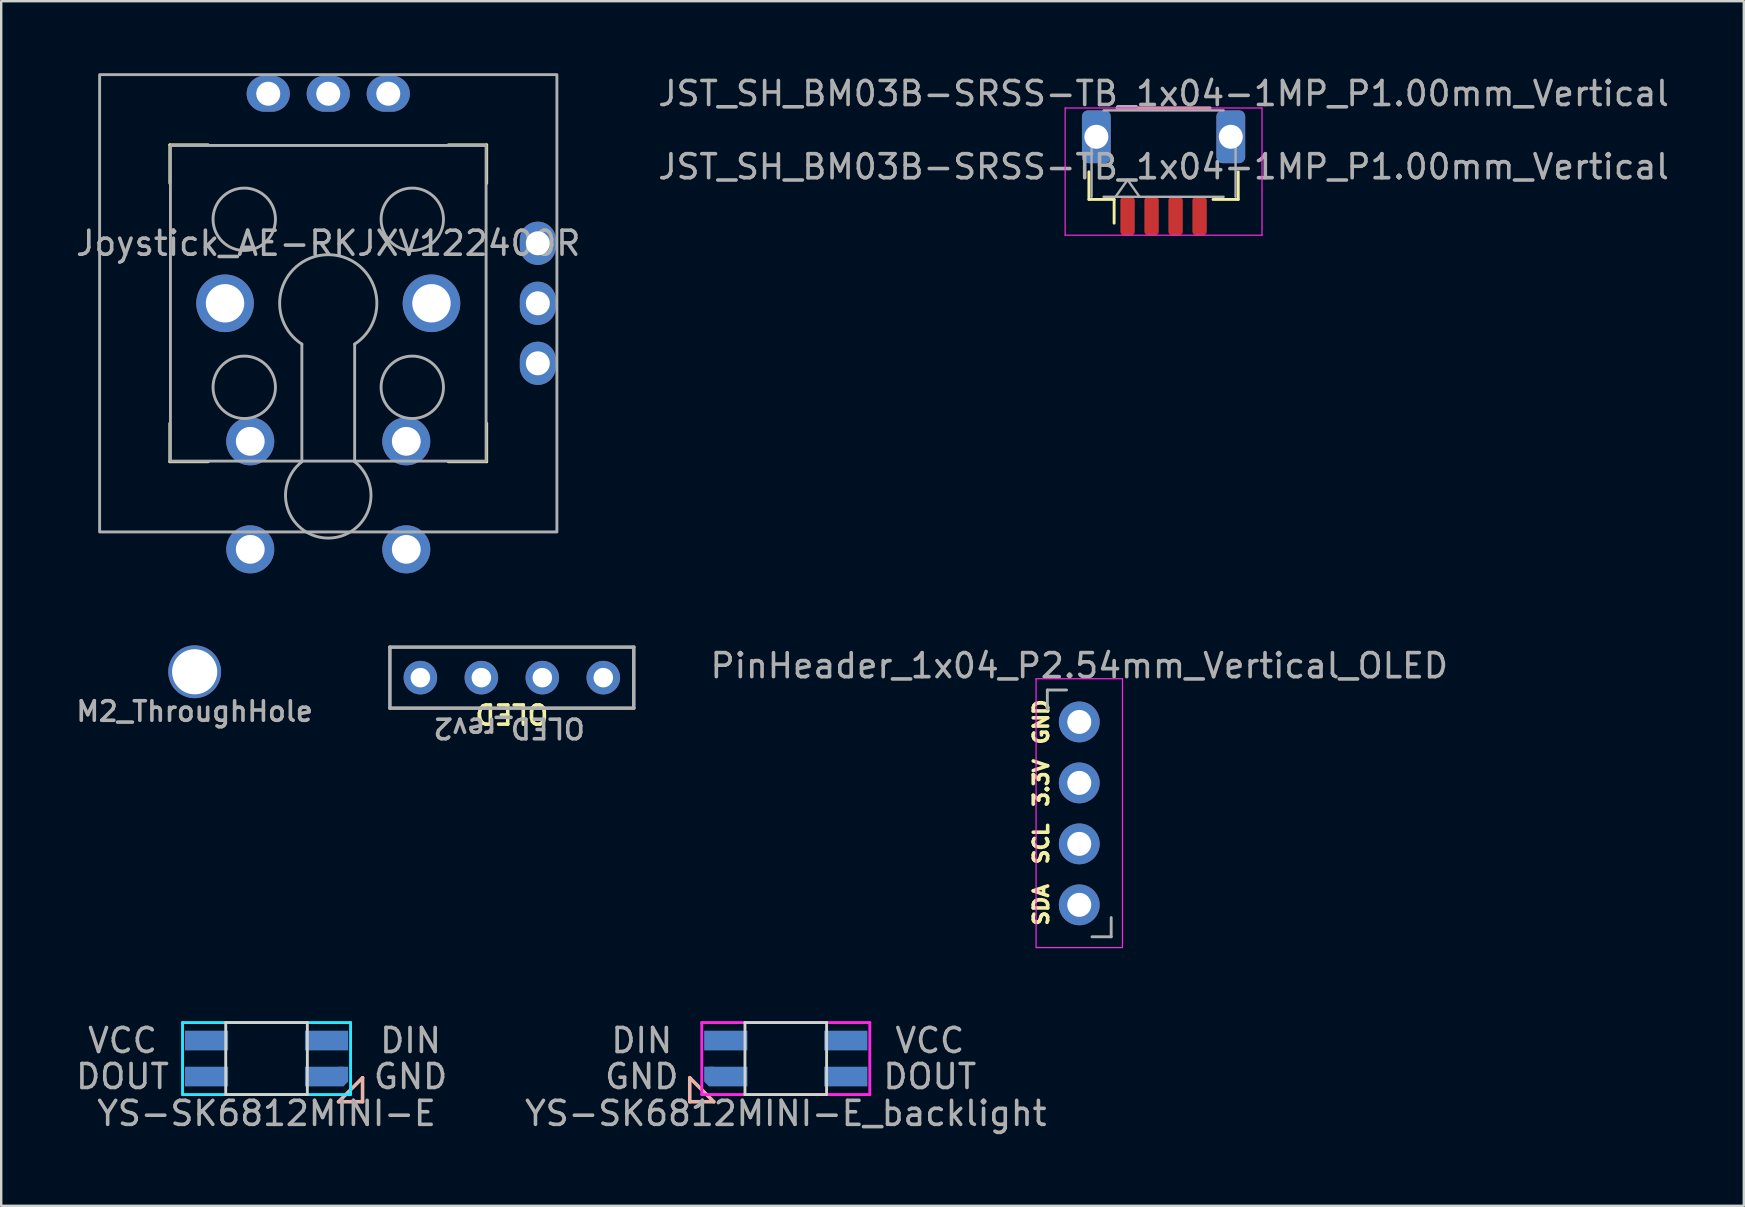
<source format=kicad_pcb>
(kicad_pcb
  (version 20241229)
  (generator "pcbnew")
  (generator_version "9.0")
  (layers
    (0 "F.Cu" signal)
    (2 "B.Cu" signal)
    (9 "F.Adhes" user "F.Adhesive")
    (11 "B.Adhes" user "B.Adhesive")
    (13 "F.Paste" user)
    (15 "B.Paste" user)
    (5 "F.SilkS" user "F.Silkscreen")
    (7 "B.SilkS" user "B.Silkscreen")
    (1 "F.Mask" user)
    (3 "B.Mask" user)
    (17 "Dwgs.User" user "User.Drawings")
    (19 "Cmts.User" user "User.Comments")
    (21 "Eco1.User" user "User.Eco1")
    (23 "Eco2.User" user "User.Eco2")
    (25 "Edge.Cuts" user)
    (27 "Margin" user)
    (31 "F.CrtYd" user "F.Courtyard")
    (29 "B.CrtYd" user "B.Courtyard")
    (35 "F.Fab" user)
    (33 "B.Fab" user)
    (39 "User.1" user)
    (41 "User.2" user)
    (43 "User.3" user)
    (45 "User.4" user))
  (footprint "YS-SK6812MINI-E_backlight"
    (layer "F.Cu")
    (at 29.685 41.048)
    (property "Reference" "YS-SK6812MINI-E_backlight" (at 0 2.286 0) (layer "F.Fab") (effects (font (size 1 1) (thickness 0.15))))
    (attr through_hole)
    (fp_line (start -4 0.8) (end -4 1.8) (stroke (width 0.15) (type solid)) (layer "B.SilkS"))
    (fp_line (start -4 1.8) (end -3 1.8) (stroke (width 0.15) (type solid)) (layer "B.SilkS"))
    (fp_line (start -3 1.8) (end -4 0.8) (stroke (width 0.15) (type solid)) (layer "B.SilkS"))
    (fp_line (start -1.7 -1.5) (end -1.7 1.5) (stroke (width 0.12) (type solid)) (layer "Edge.Cuts"))
    (fp_line (start -1.7 1.5) (end 1.7 1.5) (stroke (width 0.12) (type solid)) (layer "Edge.Cuts"))
    (fp_line (start 1.7 -1.5) (end -1.7 -1.5) (stroke (width 0.12) (type solid)) (layer "Edge.Cuts"))
    (fp_line (start 1.7 1.5) (end 1.7 -1.5) (stroke (width 0.12) (type solid)) (layer "Edge.Cuts"))
    (fp_line (start -3.5 -1.5) (end -3.5 1.5) (stroke (width 0.12) (type solid)) (layer "F.CrtYd"))
    (fp_line (start -3.5 1.5) (end 3.5 1.5) (stroke (width 0.12) (type solid)) (layer "F.CrtYd"))
    (fp_line (start 3.5 -1.5) (end -3.5 -1.5) (stroke (width 0.12) (type solid)) (layer "F.CrtYd"))
    (fp_line (start 3.5 1.5) (end 3.5 -1.5) (stroke (width 0.12) (type solid)) (layer "F.CrtYd"))
    (fp_text user "GND" (at -6 0.75 0) (layer "F.Fab") (effects (font (size 1 1) (thickness 0.15))))
    (fp_text user "DIN" (at -6 -0.75 0) (layer "F.Fab") (effects (font (size 1 1) (thickness 0.15))))
    (fp_text user "DOUT" (at 6 0.75 0) (layer "F.Fab") (effects (font (size 1 1) (thickness 0.15))))
    (fp_text user "VCC" (at 6 -0.75 0) (layer "F.Fab") (effects (font (size 1 1) (thickness 0.15))))
    (pad "1" smd rect (at 2.5 -0.75 180) (size 1.8 0.82) (layers "B.Cu" "B.Mask" "B.Paste"))
    (pad "2" smd rect (at 2.5 0.75 180) (size 1.8 0.82) (layers "B.Cu" "B.Mask" "B.Paste"))
    (pad "3" smd rect (at -3.2 0.65 180) (size 0.4 0.62) (layers "B.Cu" "B.Mask" "B.Paste"))
    (pad "3" smd rect (at -3.2 0.96 225) (size 0.283 0.283) (layers "B.Cu" "B.Mask" "B.Paste"))
    (pad "3" smd rect (at -2.4 0.75 180) (size 1.6 0.82) (layers "B.Cu" "B.Mask" "B.Paste"))
    (pad "4" smd rect (at -2.5 -0.75 180) (size 1.8 0.82) (layers "B.Cu" "B.Mask" "B.Paste")))
  (footprint "M2_ThroughHole"
    (layer "F.Cu")
    (at 5.059 24.935)
    (property "Reference" "M2_ThroughHole" (at 0 1.651 180) (layer "F.Fab") (effects (font (size 0.813 0.813) (thickness 0.15))))
    (pad "" thru_hole circle (at 0 0) (size 2.2 2.2) (drill 1.88) (layers "*.Cu" "*.Mask")))
  (footprint "PinHeader_1x04_P2.54mm_Vertical_OLED"
    (layer "F.Cu")
    (at 41.911 30.835)
    (property "Reference" "PinHeader_1x04_P2.54mm_Vertical_OLED" (at 0 -6.152 0) (layer "F.Fab") (effects (font (size 1 1) (thickness 0.15))))
    (fp_line (start -1.8 -5.61) (end -1.8 5.59) (stroke (width 0.05) (type solid)) (layer "F.CrtYd"))
    (fp_line (start -1.8 5.59) (end 1.8 5.59) (stroke (width 0.05) (type solid)) (layer "F.CrtYd"))
    (fp_line (start 1.8 -5.61) (end -1.8 -5.61) (stroke (width 0.05) (type solid)) (layer "F.CrtYd"))
    (fp_line (start 1.8 5.59) (end 1.8 -5.61) (stroke (width 0.05) (type solid)) (layer "F.CrtYd"))
    (fp_line (start -1.33 -5.14) (end -0.53 -5.14) (stroke (width 0.12) (type solid)) (layer "F.Fab"))
    (fp_line (start -1.33 -4.34) (end -1.33 -5.14) (stroke (width 0.12) (type solid)) (layer "F.Fab"))
    (fp_line (start 1.33 4.34) (end 1.33 5.14) (stroke (width 0.12) (type solid)) (layer "F.Fab"))
    (fp_line (start 1.33 5.14) (end 0.53 5.14) (stroke (width 0.12) (type solid)) (layer "F.Fab"))
    (fp_text user "SCL" (at -1.587 1.27 270) (layer "F.SilkS") (effects (font (size 0.6 0.6) (thickness 0.15))))
    (fp_text user "SDA" (at -1.587 3.81 270) (layer "F.SilkS") (effects (font (size 0.6 0.6) (thickness 0.15))))
    (fp_text user "3.3V" (at -1.587 -1.27 270) (layer "F.SilkS") (effects (font (size 0.6 0.6) (thickness 0.15))))
    (fp_text user "GND" (at -1.587 -3.81 270) (layer "F.SilkS") (effects (font (size 0.6 0.6) (thickness 0.15))))
    (pad "1" thru_hole circle (at 0 -3.81) (size 1.7 1.7) (drill 1) (layers "*.Cu" "*.Mask"))
    (pad "2" thru_hole oval (at 0 -1.27) (size 1.7 1.7) (drill 1) (layers "*.Cu" "*.Mask"))
    (pad "3" thru_hole oval (at 0 1.27) (size 1.7 1.7) (drill 1) (layers "*.Cu" "*.Mask"))
    (pad "4" thru_hole oval (at 0 3.81) (size 1.7 1.7) (drill 1) (layers "*.Cu" "*.Mask")))
  (footprint "Joystick_AE-RKJXV122400R"
    (layer "F.Cu")
    (at 10.625 9.585)
    (property "Reference" "Joystick_AE-RKJXV122400R" (at 0 -2.5 0) (layer "F.Fab") (effects (font (size 1 1) (thickness 0.15))))
    (attr board_only exclude_from_pos_files)
    (fp_line (start -6.6 -6.6) (end -6.6 -5) (stroke (width 0.12) (type solid)) (layer "F.SilkS"))
    (fp_line (start -6.6 -6.6) (end -5 -6.6) (stroke (width 0.12) (type solid)) (layer "F.SilkS"))
    (fp_line (start -6.6 6.6) (end -6.6 5) (stroke (width 0.12) (type solid)) (layer "F.SilkS"))
    (fp_line (start -6.6 6.6) (end -5 6.6) (stroke (width 0.12) (type solid)) (layer "F.SilkS"))
    (fp_line (start 6.6 -6.6) (end 5 -6.6) (stroke (width 0.12) (type solid)) (layer "F.SilkS"))
    (fp_line (start 6.6 -6.6) (end 6.6 -5) (stroke (width 0.12) (type solid)) (layer "F.SilkS"))
    (fp_line (start 6.6 6.6) (end 5 6.6) (stroke (width 0.12) (type solid)) (layer "F.SilkS"))
    (fp_line (start 6.6 6.6) (end 6.6 5) (stroke (width 0.12) (type solid)) (layer "F.SilkS"))
    (fp_line (start -1.1 1.7) (end -1.1 6.6) (stroke (width 0.12) (type solid)) (layer "F.Fab"))
    (fp_line (start 1.1 1.7) (end 1.1 6.6) (stroke (width 0.12) (type solid)) (layer "F.Fab"))
    (fp_rect (start -9.525 -9.525) (end 9.525 9.525) (stroke (width 0.12) (type solid)) (fill no) (layer "F.Fab"))
    (fp_rect (start -6.575 -6.575) (end 6.575 6.575) (stroke (width 0.12) (type solid)) (fill no) (layer "F.Fab"))
    (fp_arc (start -1.1 1.699999) (mid 0.000003 -2.025471) (end 1.099999 1.700001) (stroke (width 0.12) (type solid)) (layer "F.Fab"))
    (fp_arc (start 1.099999 6.6) (mid 0 9.781097) (end -1.1 6.6) (stroke (width 0.12) (type solid)) (layer "F.Fab"))
    (fp_circle (center -3.5 -3.5) (end -2.2 -3.5) (stroke (width 0.12) (type solid)) (fill no) (layer "F.Fab"))
    (fp_circle (center -3.5 3.5) (end -2.2 3.5) (stroke (width 0.12) (type solid)) (fill no) (layer "F.Fab"))
    (fp_circle (center 3.5 -3.5) (end 4.8 -3.5) (stroke (width 0.12) (type solid)) (fill no) (layer "F.Fab"))
    (fp_circle (center 3.5 3.5) (end 4.8 3.5) (stroke (width 0.12) (type solid)) (fill no) (layer "F.Fab"))
    (pad "" np_thru_hole circle (at -4.3 0) (size 2.4 2.4) (drill 1.6) (layers "*.Cu" "*.Mask"))
    (pad "" np_thru_hole circle (at 4.3 0) (size 2.4 2.4) (drill 1.6) (layers "*.Cu" "*.Mask"))
    (pad "1" thru_hole oval (at -2.5 -8.73 90) (size 1.5 1.8) (drill 1) (layers "*.Cu" "*.Mask"))
    (pad "2" thru_hole oval (at 0 -8.73 90) (size 1.5 1.8) (drill 1) (layers "*.Cu" "*.Mask"))
    (pad "3" thru_hole oval (at 2.5 -8.73 90) (size 1.5 1.8) (drill 1) (layers "*.Cu" "*.Mask"))
    (pad "4" thru_hole oval (at 8.73 -2.5) (size 1.5 1.8) (drill 1) (layers "*.Cu" "*.Mask"))
    (pad "5" thru_hole oval (at 8.73 0) (size 1.5 1.8) (drill 1) (layers "*.Cu" "*.Mask"))
    (pad "6" thru_hole oval (at 8.73 2.5) (size 1.5 1.8) (drill 1) (layers "*.Cu" "*.Mask"))
    (pad "SW1" thru_hole circle (at -3.25 5.75) (size 2 2) (drill 1.2) (layers "*.Cu" "*.Mask"))
    (pad "SW1" thru_hole circle (at -3.25 10.25) (size 2 2) (drill 1.2) (layers "*.Cu" "*.Mask"))
    (pad "SW2" thru_hole circle (at 3.25 5.75) (size 2 2) (drill 1.2) (layers "*.Cu" "*.Mask"))
    (pad "SW2" thru_hole circle (at 3.25 10.25) (size 2 2) (drill 1.2) (layers "*.Cu" "*.Mask")))
  (footprint "JST_SH_BM03B-SRSS-TB_1x04-1MP_P1.00mm_Vertical"
    (layer "F.Cu")
    (at 45.423 4.148)
    (property "Reference" "JST_SH_BM03B-SRSS-TB_1x04-1MP_P1.00mm_Vertical" (at 0 -3.3 0) (layer "F.Fab") (effects (font (size 1 1) (thickness 0.15))))
    (attr smd)
    (fp_line (start -3.11 -0.04) (end -3.11 1.11) (stroke (width 0.12) (type solid)) (layer "F.SilkS"))
    (fp_line (start -3.11 1.11) (end -2.06 1.11) (stroke (width 0.12) (type solid)) (layer "F.SilkS"))
    (fp_line (start -2.06 1.11) (end -2.06 2.1) (stroke (width 0.12) (type solid)) (layer "F.SilkS"))
    (fp_line (start -1.94 -2.7) (end 1.94 -2.7) (stroke (width 0.12) (type solid)) (layer "F.SilkS"))
    (fp_line (start 3.11 -0.04) (end 3.11 1.11) (stroke (width 0.12) (type solid)) (layer "F.SilkS"))
    (fp_line (start 3.11 1.11) (end 2.06 1.11) (stroke (width 0.12) (type solid)) (layer "F.SilkS"))
    (fp_line (start -4.1 -2.7) (end -4.1 2.6) (stroke (width 0.05) (type solid)) (layer "F.CrtYd"))
    (fp_line (start -4.1 2.6) (end 4.1 2.6) (stroke (width 0.05) (type solid)) (layer "F.CrtYd"))
    (fp_line (start 4.1 -2.7) (end -4.1 -2.7) (stroke (width 0.05) (type solid)) (layer "F.CrtYd"))
    (fp_line (start 4.1 2.6) (end 4.1 -2.7) (stroke (width 0.05) (type solid)) (layer "F.CrtYd"))
    (fp_line (start -3 1) (end -3 -1.9) (stroke (width 0.1) (type solid)) (layer "F.Fab"))
    (fp_line (start -2.5 -2.6) (end 2.5 -2.6) (stroke (width 0.1) (type solid)) (layer "F.Fab"))
    (fp_line (start -2.5 1) (end 2.5 1) (stroke (width 0.1) (type solid)) (layer "F.Fab"))
    (fp_line (start -2 1) (end -1.5 0.293) (stroke (width 0.1) (type solid)) (layer "F.Fab"))
    (fp_line (start -1.5 0.293) (end -1 1) (stroke (width 0.1) (type solid)) (layer "F.Fab"))
    (fp_line (start 3 1) (end 3 -1.9) (stroke (width 0.1) (type solid)) (layer "F.Fab"))
    (fp_text user "${REFERENCE}" (at 0 -0.25 0) (layer "F.Fab") (effects (font (size 1 1) (thickness 0.15))))
    (pad "1" smd roundrect (at -1.5 1.8) (size 0.6 1.6) (layers "F.Cu" "F.Mask" "F.Paste") (roundrect_rratio 0.25))
    (pad "2" smd roundrect (at -0.5 1.8) (size 0.6 1.6) (layers "F.Cu" "F.Mask" "F.Paste") (roundrect_rratio 0.25))
    (pad "3" smd roundrect (at 0.5 1.8) (size 0.6 1.6) (layers "F.Cu" "F.Mask" "F.Paste") (roundrect_rratio 0.25))
    (pad "4" smd roundrect (at 1.5 1.8) (size 0.6 1.6) (layers "F.Cu" "F.Mask" "F.Paste") (roundrect_rratio 0.25))
    (pad "MP" thru_hole roundrect (at -2.8 -1.5) (size 1.2 2.2) (drill 1) (layers "*.Cu" "*.Mask") (roundrect_rratio 0.208))
    (pad "MP" thru_hole roundrect (at 2.8 -1.5) (size 1.2 2.2) (drill 1) (layers "*.Cu" "*.Mask") (roundrect_rratio 0.208)))
  (footprint "YS-SK6812MINI-E"
    (layer "F.Cu")
    (at 8.054 41.048)
    (property "Reference" "YS-SK6812MINI-E" (at 0 2.286 0) (layer "F.Fab") (effects (font (size 1 1) (thickness 0.15))))
    (attr through_hole)
    (fp_line (start 3 1.8) (end 4 0.8) (stroke (width 0.15) (type solid)) (layer "B.SilkS"))
    (fp_line (start 4 0.8) (end 4 1.8) (stroke (width 0.15) (type solid)) (layer "B.SilkS"))
    (fp_line (start 4 1.8) (end 3 1.8) (stroke (width 0.15) (type solid)) (layer "B.SilkS"))
    (fp_line (start -1.7 -1.5) (end 1.7 -1.5) (stroke (width 0.12) (type solid)) (layer "Edge.Cuts"))
    (fp_line (start -1.7 1.5) (end -1.7 -1.5) (stroke (width 0.12) (type solid)) (layer "Edge.Cuts"))
    (fp_line (start 1.7 -1.5) (end 1.7 1.5) (stroke (width 0.12) (type solid)) (layer "Edge.Cuts"))
    (fp_line (start 1.7 1.5) (end -1.7 1.5) (stroke (width 0.12) (type solid)) (layer "Edge.Cuts"))
    (fp_line (start -3.5 -1.5) (end 3.5 -1.5) (stroke (width 0.12) (type solid)) (layer "B.CrtYd"))
    (fp_line (start -3.5 1.5) (end -3.5 -1.5) (stroke (width 0.12) (type solid)) (layer "B.CrtYd"))
    (fp_line (start 3.5 -1.5) (end 3.5 1.5) (stroke (width 0.12) (type solid)) (layer "B.CrtYd"))
    (fp_line (start 3.5 1.5) (end -3.5 1.5) (stroke (width 0.12) (type solid)) (layer "B.CrtYd"))
    (fp_text user "DIN" (at 6 -0.75 0) (layer "F.Fab") (effects (font (size 1 1) (thickness 0.15))))
    (fp_text user "DOUT" (at -6 0.75 0) (layer "F.Fab") (effects (font (size 1 1) (thickness 0.15))))
    (fp_text user "GND" (at 6 0.75 0) (layer "F.Fab") (effects (font (size 1 1) (thickness 0.15))))
    (fp_text user "VCC" (at -6 -0.75 0) (layer "F.Fab") (effects (font (size 1 1) (thickness 0.15))))
    (pad "1" smd rect (at -2.5 -0.75 180) (size 1.8 0.82) (layers "B.Cu" "B.Mask" "B.Paste"))
    (pad "2" smd rect (at -2.5 0.75 180) (size 1.8 0.82) (layers "B.Cu" "B.Mask" "B.Paste"))
    (pad "3" smd rect (at 2.4 0.75 180) (size 1.6 0.82) (layers "B.Cu" "B.Mask" "B.Paste"))
    (pad "3" smd rect (at 3.2 0.65 180) (size 0.4 0.62) (layers "B.Cu" "B.Mask" "B.Paste"))
    (pad "3" smd rect (at 3.2 0.96 135) (size 0.283 0.283) (layers "B.Cu" "B.Mask" "B.Paste"))
    (pad "4" smd rect (at 2.5 -0.75 180) (size 1.8 0.82) (layers "B.Cu" "B.Mask" "B.Paste")))
  (footprint "OLED_rev2"
    (layer "F.Cu")
    (at 18.273 25.18)
    (property "Reference" "OLED_rev2" (at -0.11 2.1 180) (unlocked yes) (layer "F.Fab") (effects (font (size 0.813 0.813) (thickness 0.15))))
    (attr through_hole)
    (fp_line (start -5.08 -1.27) (end 5.08 -1.27) (stroke (width 0.15) (type solid)) (layer "F.Fab"))
    (fp_line (start -5.08 1.27) (end -5.08 -1.27) (stroke (width 0.15) (type solid)) (layer "F.Fab"))
    (fp_line (start -5.08 1.27) (end 5.08 1.27) (stroke (width 0.15) (type solid)) (layer "F.Fab"))
    (fp_line (start 5.08 -1.27) (end 5.08 1.27) (stroke (width 0.15) (type solid)) (layer "F.Fab"))
    (fp_text user "OLED" (at 0 1.5 180) (unlocked yes) (layer "F.SilkS") (effects (font (size 0.8 0.8) (thickness 0.15))))
    (pad "1" thru_hole circle (at -3.81 0) (size 1.397 1.397) (drill 0.813) (layers "*.Cu" "*.Mask"))
    (pad "2" thru_hole circle (at -1.27 0) (size 1.397 1.397) (drill 0.813) (layers "*.Cu" "*.Mask"))
    (pad "3" thru_hole circle (at 1.27 0) (size 1.397 1.397) (drill 0.813) (layers "*.Cu" "*.Mask"))
    (pad "4" thru_hole circle (at 3.81 0) (size 1.397 1.397) (drill 0.813) (layers "*.Cu" "*.Mask")))
  (gr_rect
    (start -3 -3)
    (end 69.595 47.182)
    (stroke (width 0.1) (type default))
    (fill no)
    (layer "Edge.Cuts")))
</source>
